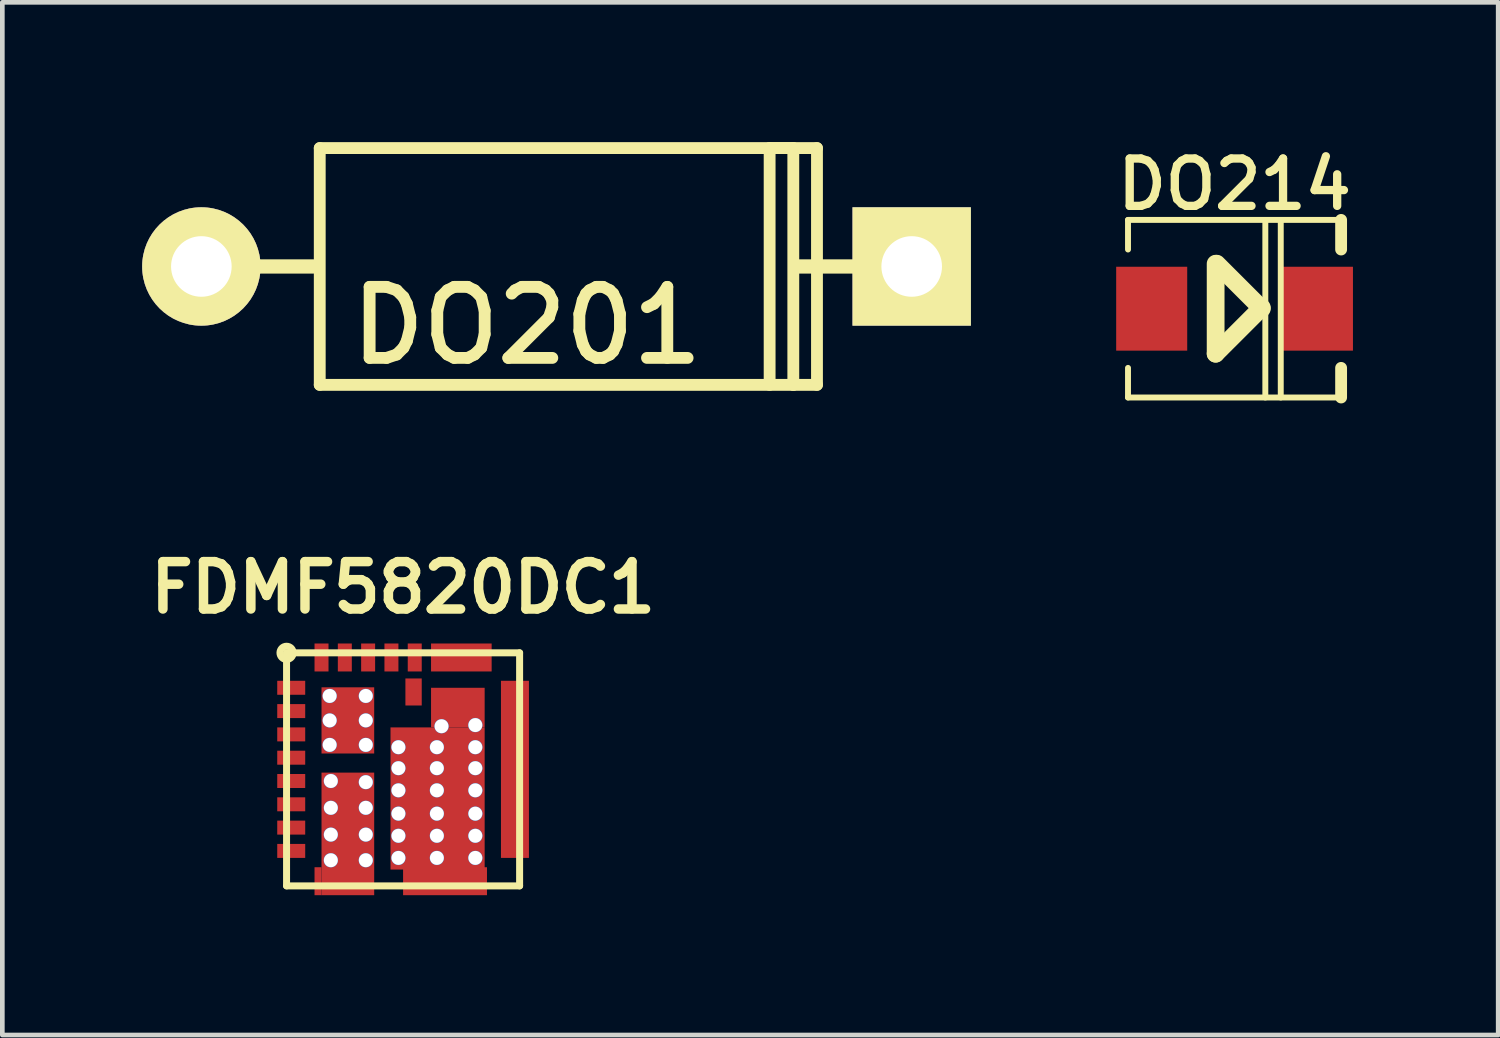
<source format=kicad_pcb>
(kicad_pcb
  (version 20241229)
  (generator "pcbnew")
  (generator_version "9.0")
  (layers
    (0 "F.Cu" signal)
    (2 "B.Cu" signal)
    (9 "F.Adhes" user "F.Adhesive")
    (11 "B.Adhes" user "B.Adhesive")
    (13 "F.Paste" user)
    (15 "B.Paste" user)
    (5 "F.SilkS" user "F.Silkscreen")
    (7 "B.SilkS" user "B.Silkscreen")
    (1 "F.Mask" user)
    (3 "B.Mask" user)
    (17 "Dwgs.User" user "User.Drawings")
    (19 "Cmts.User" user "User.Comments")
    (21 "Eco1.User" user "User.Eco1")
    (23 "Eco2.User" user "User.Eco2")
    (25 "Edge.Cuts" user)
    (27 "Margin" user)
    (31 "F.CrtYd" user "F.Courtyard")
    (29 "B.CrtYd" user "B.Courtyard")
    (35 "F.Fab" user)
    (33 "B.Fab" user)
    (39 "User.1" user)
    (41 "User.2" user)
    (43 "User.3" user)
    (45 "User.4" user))
  (footprint "FDMF5820DC1"
    (layer "F.Cu")
    (at 5.598 13.456)
    (property "Reference" "FDMF5820DC1" (at 0 -3.9 0) (layer "F.SilkS") (effects (font (size 1.016 1.016) (thickness 0.203))))
    (attr through_hole)
    (fp_line (start -2.5 -2.5) (end 2.5 -2.5) (stroke (width 0.15) (type solid)) (layer "F.SilkS"))
    (fp_line (start -2.5 2.5) (end -2.5 -2.5) (stroke (width 0.15) (type solid)) (layer "F.SilkS"))
    (fp_line (start 2.5 -2.5) (end 2.5 2.5) (stroke (width 0.15) (type solid)) (layer "F.SilkS"))
    (fp_line (start 2.5 2.5) (end -2.5 2.5) (stroke (width 0.15) (type solid)) (layer "F.SilkS"))
    (fp_circle (center -2.5 -2.5) (end -2.4 -2.4) (stroke (width 0.15) (type solid)) (fill no) (layer "F.SilkS"))
    (pad "" smd oval (at -1.275 2.425) (size 1.2 0.5) (layers "F.Paste"))
    (pad "" smd oval (at -1.185 -1.05) (size 0.55 1.3) (layers "F.Paste"))
    (pad "" smd oval (at -1.175 1.1) (size 0.55 1.9) (layers "F.Paste"))
    (pad "" smd oval (at 0.3 0.575) (size 0.6 2.8) (layers "F.Paste"))
    (pad "" smd oval (at 1.125 0.575) (size 0.6 2.8) (layers "F.Paste"))
    (pad "" smd oval (at 1.18 -1.4) (size 1.1 0.6) (layers "F.Paste"))
    (pad "6" smd rect (at -2.4 0.75) (size 0.6 0.3) (layers "F.Cu" "F.Mask" "F.Paste"))
    (pad "Agnd" smd rect (at -2.4 -0.25) (size 0.6 0.3) (layers "F.Cu" "F.Mask" "F.Paste"))
    (pad "Agnd" thru_hole circle (at -1.575 -1.575) (size 0.31 0.31) (drill 0.3) (layers "*.Cu" "*.Mask"))
    (pad "Agnd" thru_hole circle (at -1.575 -1.05) (size 0.31 0.31) (drill 0.3) (layers "*.Cu" "*.Mask"))
    (pad "Agnd" thru_hole circle (at -1.575 -0.525) (size 0.31 0.31) (drill 0.3) (layers "*.Cu" "*.Mask"))
    (pad "Agnd" smd rect (at -1.185 -1.05) (size 1.13 1.42) (layers "F.Cu" "F.Mask"))
    (pad "Agnd" thru_hole circle (at -0.8 -1.575) (size 0.31 0.31) (drill 0.3) (layers "*.Cu" "*.Mask"))
    (pad "Agnd" thru_hole circle (at -0.8 -1.05) (size 0.31 0.31) (drill 0.3) (layers "*.Cu" "*.Mask"))
    (pad "Agnd" thru_hole circle (at -0.8 -0.525) (size 0.31 0.31) (drill 0.3) (layers "*.Cu" "*.Mask"))
    (pad "Boot" smd rect (at -2.4 0.25) (size 0.6 0.3) (layers "F.Cu" "F.Mask" "F.Paste"))
    (pad "EN" smd rect (at -1.75 -2.4 90) (size 0.6 0.3) (layers "F.Cu" "F.Mask" "F.Paste"))
    (pad "GL" smd rect (at 0.225 -1.66) (size 0.35 0.58) (layers "F.Cu" "F.Mask" "F.Paste"))
    (pad "GL" smd rect (at 0.25 -2.4 90) (size 0.6 0.3) (layers "F.Cu" "F.Mask" "F.Paste"))
    (pad "PVcc" smd rect (at -0.75 -2.4 90) (size 0.6 0.3) (layers "F.Cu" "F.Mask" "F.Paste"))
    (pad "PWM" smd rect (at -2.4 -1.75) (size 0.6 0.3) (layers "F.Cu" "F.Mask" "F.Paste"))
    (pad "Pgnd" smd rect (at -0.25 -2.4 90) (size 0.6 0.3) (layers "F.Cu" "F.Mask" "F.Paste"))
    (pad "Pgnd" thru_hole circle (at -0.1 -0.475) (size 0.31 0.31) (drill 0.3) (layers "*.Cu" "*.Mask"))
    (pad "Pgnd" thru_hole circle (at -0.1 -0.025) (size 0.31 0.31) (drill 0.3) (layers "*.Cu" "*.Mask"))
    (pad "Pgnd" thru_hole circle (at -0.1 0.45) (size 0.31 0.31) (drill 0.3) (layers "*.Cu" "*.Mask"))
    (pad "Pgnd" thru_hole circle (at -0.1 0.95) (size 0.31 0.31) (drill 0.3) (layers "*.Cu" "*.Mask"))
    (pad "Pgnd" thru_hole circle (at -0.1 1.425) (size 0.31 0.31) (drill 0.3) (layers "*.Cu" "*.Mask"))
    (pad "Pgnd" thru_hole circle (at -0.1 1.9) (size 0.31 0.31) (drill 0.3) (layers "*.Cu" "*.Mask"))
    (pad "Pgnd" thru_hole circle (at 0.725 -0.475) (size 0.31 0.31) (drill 0.3) (layers "*.Cu" "*.Mask"))
    (pad "Pgnd" thru_hole circle (at 0.725 -0.025) (size 0.31 0.31) (drill 0.3) (layers "*.Cu" "*.Mask"))
    (pad "Pgnd" thru_hole circle (at 0.725 0.45) (size 0.31 0.31) (drill 0.3) (layers "*.Cu" "*.Mask"))
    (pad "Pgnd" thru_hole circle (at 0.725 0.95) (size 0.31 0.31) (drill 0.3) (layers "*.Cu" "*.Mask"))
    (pad "Pgnd" thru_hole circle (at 0.725 1.425) (size 0.31 0.31) (drill 0.3) (layers "*.Cu" "*.Mask"))
    (pad "Pgnd" thru_hole circle (at 0.725 1.9) (size 0.31 0.31) (drill 0.3) (layers "*.Cu" "*.Mask"))
    (pad "Pgnd" smd rect (at 0.74 0.625) (size 2.02 3.05) (layers "F.Cu" "F.Mask"))
    (pad "Pgnd" thru_hole circle (at 0.825 -0.925) (size 0.31 0.31) (drill 0.3) (layers "*.Cu" "*.Mask"))
    (pad "Pgnd" smd rect (at 0.9 2.4) (size 1.8 0.6) (layers "F.Cu" "F.Mask" "F.Paste"))
    (pad "Pgnd" smd rect (at 1.175 -1.325) (size 1.15 0.85) (layers "F.Cu" "F.Mask"))
    (pad "Pgnd" thru_hole circle (at 1.55 -0.95) (size 0.31 0.31) (drill 0.3) (layers "*.Cu" "*.Mask"))
    (pad "Pgnd" thru_hole circle (at 1.55 -0.475) (size 0.31 0.31) (drill 0.3) (layers "*.Cu" "*.Mask"))
    (pad "Pgnd" thru_hole circle (at 1.55 -0.025) (size 0.31 0.31) (drill 0.3) (layers "*.Cu" "*.Mask"))
    (pad "Pgnd" thru_hole circle (at 1.55 0.45) (size 0.31 0.31) (drill 0.3) (layers "*.Cu" "*.Mask"))
    (pad "Pgnd" thru_hole circle (at 1.55 0.95) (size 0.31 0.31) (drill 0.3) (layers "*.Cu" "*.Mask"))
    (pad "Pgnd" thru_hole circle (at 1.55 1.425) (size 0.31 0.31) (drill 0.3) (layers "*.Cu" "*.Mask"))
    (pad "Pgnd" thru_hole circle (at 1.55 1.9) (size 0.31 0.31) (drill 0.3) (layers "*.Cu" "*.Mask"))
    (pad "Phas" smd rect (at -2.4 1.25) (size 0.6 0.3) (layers "F.Cu" "F.Mask" "F.Paste"))
    (pad "SW" smd rect (at 1.25 -2.4) (size 1.3 0.6) (layers "F.Cu" "F.Mask" "F.Paste"))
    (pad "SW" smd rect (at 2.4 0) (size 0.6 3.8) (layers "F.Cu" "F.Mask" "F.Paste"))
    (pad "Tmon" smd rect (at -1.25 -2.4 90) (size 0.6 0.3) (layers "F.Cu" "F.Mask" "F.Paste"))
    (pad "Vcc" smd rect (at -2.4 -0.75) (size 0.6 0.3) (layers "F.Cu" "F.Mask" "F.Paste"))
    (pad "Vin" smd rect (at -2.4 1.75) (size 0.6 0.3) (layers "F.Cu" "F.Mask" "F.Paste"))
    (pad "Vin" smd rect (at -1.825 2.4) (size 0.15 0.6) (layers "F.Cu" "F.Mask" "F.Paste"))
    (pad "Vin" thru_hole circle (at -1.55 0.25) (size 0.31 0.31) (drill 0.3) (layers "*.Cu" "*.Mask"))
    (pad "Vin" thru_hole circle (at -1.55 0.825) (size 0.31 0.31) (drill 0.3) (layers "*.Cu" "*.Mask"))
    (pad "Vin" thru_hole circle (at -1.55 1.4) (size 0.31 0.31) (drill 0.3) (layers "*.Cu" "*.Mask"))
    (pad "Vin" thru_hole circle (at -1.55 1.95) (size 0.31 0.31) (drill 0.3) (layers "*.Cu" "*.Mask"))
    (pad "Vin" smd rect (at -1.185 1.385) (size 1.13 2.63) (layers "F.Cu" "F.Mask"))
    (pad "Vin" thru_hole circle (at -0.8 0.275) (size 0.31 0.31) (drill 0.3) (layers "*.Cu" "*.Mask"))
    (pad "Vin" thru_hole circle (at -0.8 0.825) (size 0.31 0.31) (drill 0.3) (layers "*.Cu" "*.Mask"))
    (pad "Vin" thru_hole circle (at -0.8 1.4) (size 0.31 0.31) (drill 0.3) (layers "*.Cu" "*.Mask"))
    (pad "Vin" thru_hole circle (at -0.8 1.95) (size 0.31 0.31) (drill 0.3) (layers "*.Cu" "*.Mask"))
    (pad "ZCD" smd rect (at -2.4 -1.25) (size 0.6 0.3) (layers "F.Cu" "F.Mask" "F.Paste")))
  (footprint "DO201"
    (layer "F.Cu")
    (at 8.89 2.667)
    (property "Reference" "DO201" (at -0.635 1.27 0) (layer "F.SilkS") (effects (font (size 1.524 1.524) (thickness 0.254))))
    (attr through_hole)
    (fp_line (start -5.207 0) (end -7.112 0) (stroke (width 0.305) (type solid)) (layer "F.SilkS"))
    (fp_line (start -5.08 -2.54) (end 5.08 -2.54) (stroke (width 0.254) (type solid)) (layer "F.SilkS"))
    (fp_line (start -5.08 2.54) (end -5.08 -2.54) (stroke (width 0.254) (type solid)) (layer "F.SilkS"))
    (fp_line (start 4.572 -2.54) (end 5.588 -2.54) (stroke (width 0.254) (type solid)) (layer "F.SilkS"))
    (fp_line (start 4.572 2.54) (end 4.572 -2.54) (stroke (width 0.254) (type solid)) (layer "F.SilkS"))
    (fp_line (start 5.08 -2.54) (end 5.08 2.54) (stroke (width 0.254) (type solid)) (layer "F.SilkS"))
    (fp_line (start 5.08 2.54) (end -5.08 2.54) (stroke (width 0.254) (type solid)) (layer "F.SilkS"))
    (fp_line (start 5.207 0) (end 7.112 0) (stroke (width 0.305) (type solid)) (layer "F.SilkS"))
    (fp_line (start 5.588 -2.54) (end 5.588 2.54) (stroke (width 0.254) (type solid)) (layer "F.SilkS"))
    (fp_line (start 5.588 2.54) (end 5.08 2.54) (stroke (width 0.254) (type solid)) (layer "F.SilkS"))
    (pad "1" thru_hole circle (at -7.62 0) (size 2.54 2.54) (drill 1.3) (layers "*.Cu" "*.Mask" "F.SilkS"))
    (pad "2" thru_hole rect (at 7.62 0) (size 2.54 2.54) (drill 1.3) (layers "*.Cu" "*.Mask" "F.SilkS")))
  (footprint "DO214"
    (layer "F.Cu")
    (at 23.437 3.573)
    (property "Reference" "DO214" (at 0 -2.667 0) (layer "F.SilkS") (effects (font (size 1.016 1.016) (thickness 0.178))))
    (attr smd)
    (fp_line (start -2.286 -1.905) (end 2.286 -1.905) (stroke (width 0.127) (type solid)) (layer "F.SilkS"))
    (fp_line (start -2.286 -1.27) (end -2.286 -1.905) (stroke (width 0.127) (type solid)) (layer "F.SilkS"))
    (fp_line (start -2.286 1.27) (end -2.286 1.905) (stroke (width 0.127) (type solid)) (layer "F.SilkS"))
    (fp_line (start -2.286 1.905) (end 2.286 1.905) (stroke (width 0.127) (type solid)) (layer "F.SilkS"))
    (fp_line (start -0.406 0.965) (end -0.406 -0.965) (stroke (width 0.381) (type solid)) (layer "F.SilkS"))
    (fp_line (start 0.584 -0.025) (end -0.406 0.965) (stroke (width 0.381) (type solid)) (layer "F.SilkS"))
    (fp_line (start 0.584 0) (end -0.381 -0.965) (stroke (width 0.381) (type solid)) (layer "F.SilkS"))
    (fp_line (start 0.66 1.905) (end 0.66 -1.905) (stroke (width 0.127) (type solid)) (layer "F.SilkS"))
    (fp_line (start 0.991 1.905) (end 0.991 -1.905) (stroke (width 0.127) (type solid)) (layer "F.SilkS"))
    (fp_line (start 2.286 -1.905) (end 2.286 -1.27) (stroke (width 0.254) (type solid)) (layer "F.SilkS"))
    (fp_line (start 2.286 1.905) (end 2.286 1.27) (stroke (width 0.254) (type solid)) (layer "F.SilkS"))
    (pad "1" smd rect (at -1.778 0) (size 1.524 1.8) (layers "F.Cu" "F.Mask" "F.Paste"))
    (pad "2" smd rect (at 1.778 0) (size 1.524 1.8) (layers "F.Cu" "F.Mask" "F.Paste")))
  (gr_rect
    (start -3 -3)
    (end 29.093 19.156)
    (stroke (width 0.1) (type default))
    (fill no)
    (layer "Edge.Cuts")))
</source>
